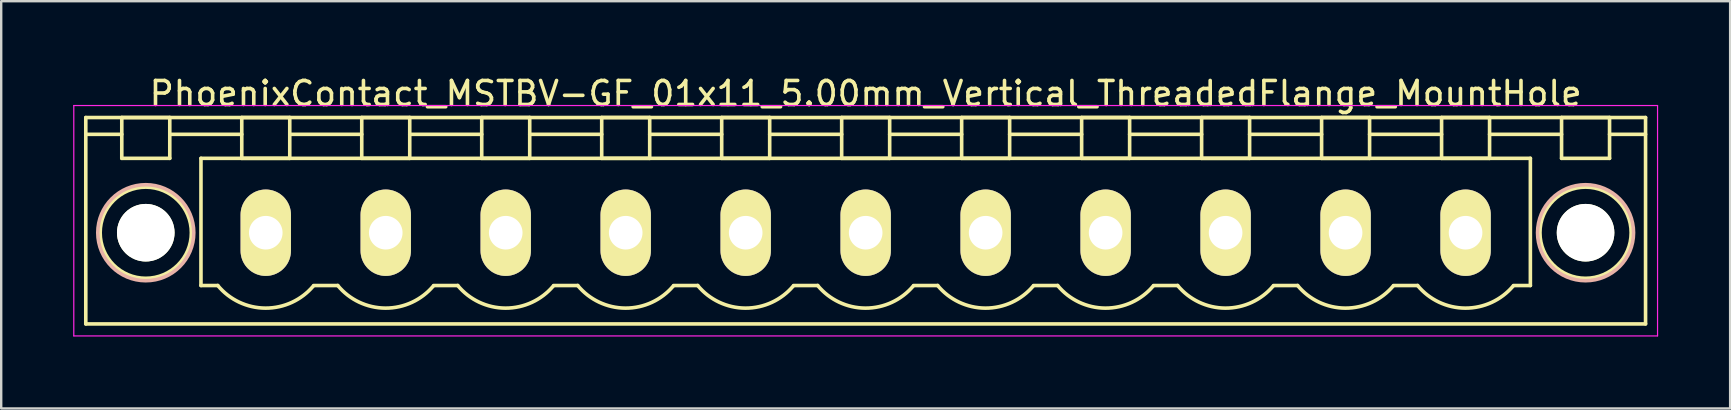
<source format=kicad_pcb>
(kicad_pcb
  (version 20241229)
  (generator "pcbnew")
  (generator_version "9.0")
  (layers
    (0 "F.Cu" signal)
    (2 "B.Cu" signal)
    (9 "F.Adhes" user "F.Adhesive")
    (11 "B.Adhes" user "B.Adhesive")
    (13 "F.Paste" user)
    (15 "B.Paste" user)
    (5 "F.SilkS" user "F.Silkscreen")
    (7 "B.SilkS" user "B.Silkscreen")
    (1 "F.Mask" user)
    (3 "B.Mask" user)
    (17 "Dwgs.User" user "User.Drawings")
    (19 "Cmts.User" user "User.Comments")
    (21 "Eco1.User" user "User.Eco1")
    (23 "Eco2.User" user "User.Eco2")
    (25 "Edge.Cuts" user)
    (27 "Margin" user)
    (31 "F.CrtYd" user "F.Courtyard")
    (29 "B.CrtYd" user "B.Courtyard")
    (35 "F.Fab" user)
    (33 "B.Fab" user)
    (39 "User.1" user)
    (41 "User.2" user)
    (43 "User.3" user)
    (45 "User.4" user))
  (footprint "PhoenixContact_MSTBV-GF_01x11_5.00mm_Vertical_ThreadedFlange_MountHole"
    (layer "F.Cu")
    (at 8.025 6.648)
    (property "Reference" "PhoenixContact_MSTBV-GF_01x11_5.00mm_Vertical_ThreadedFlange_MountHole" (at 25 -5.8 0) (layer "F.SilkS") (effects (font (size 1 1) (thickness 0.15))))
    (attr through_hole)
    (fp_line (start -7.5 -4.8) (end -7.5 3.8) (stroke (width 0.15) (type solid)) (layer "F.SilkS"))
    (fp_line (start -7.5 -4.1) (end -6 -4.1) (stroke (width 0.15) (type solid)) (layer "F.SilkS"))
    (fp_line (start -7.5 3.8) (end 57.5 3.8) (stroke (width 0.15) (type solid)) (layer "F.SilkS"))
    (fp_line (start -6 -4.8) (end -4 -4.8) (stroke (width 0.15) (type solid)) (layer "F.SilkS"))
    (fp_line (start -6 -3.1) (end -6 -4.8) (stroke (width 0.15) (type solid)) (layer "F.SilkS"))
    (fp_line (start -4 -4.8) (end -4 -3.1) (stroke (width 0.15) (type solid)) (layer "F.SilkS"))
    (fp_line (start -4 -4.1) (end -1 -4.1) (stroke (width 0.15) (type solid)) (layer "F.SilkS"))
    (fp_line (start -4 -3.1) (end -6 -3.1) (stroke (width 0.15) (type solid)) (layer "F.SilkS"))
    (fp_line (start -2.7 -3.1) (end 52.7 -3.1) (stroke (width 0.15) (type solid)) (layer "F.SilkS"))
    (fp_line (start -2.7 2.2) (end -2.7 -3.1) (stroke (width 0.15) (type solid)) (layer "F.SilkS"))
    (fp_line (start -2 2.2) (end -2.7 2.2) (stroke (width 0.15) (type solid)) (layer "F.SilkS"))
    (fp_line (start -1 -4.8) (end 1 -4.8) (stroke (width 0.15) (type solid)) (layer "F.SilkS"))
    (fp_line (start -1 -3.1) (end -1 -4.8) (stroke (width 0.15) (type solid)) (layer "F.SilkS"))
    (fp_line (start 1 -4.8) (end 1 -3.1) (stroke (width 0.15) (type solid)) (layer "F.SilkS"))
    (fp_line (start 1 -4.1) (end 4 -4.1) (stroke (width 0.15) (type solid)) (layer "F.SilkS"))
    (fp_line (start 1 -3.1) (end -1 -3.1) (stroke (width 0.15) (type solid)) (layer "F.SilkS"))
    (fp_line (start 2 2.2) (end 3 2.2) (stroke (width 0.15) (type solid)) (layer "F.SilkS"))
    (fp_line (start 4 -4.8) (end 6 -4.8) (stroke (width 0.15) (type solid)) (layer "F.SilkS"))
    (fp_line (start 4 -3.1) (end 4 -4.8) (stroke (width 0.15) (type solid)) (layer "F.SilkS"))
    (fp_line (start 6 -4.8) (end 6 -3.1) (stroke (width 0.15) (type solid)) (layer "F.SilkS"))
    (fp_line (start 6 -4.1) (end 9 -4.1) (stroke (width 0.15) (type solid)) (layer "F.SilkS"))
    (fp_line (start 6 -3.1) (end 4 -3.1) (stroke (width 0.15) (type solid)) (layer "F.SilkS"))
    (fp_line (start 7 2.2) (end 8 2.2) (stroke (width 0.15) (type solid)) (layer "F.SilkS"))
    (fp_line (start 9 -4.8) (end 11 -4.8) (stroke (width 0.15) (type solid)) (layer "F.SilkS"))
    (fp_line (start 9 -3.1) (end 9 -4.8) (stroke (width 0.15) (type solid)) (layer "F.SilkS"))
    (fp_line (start 11 -4.8) (end 11 -3.1) (stroke (width 0.15) (type solid)) (layer "F.SilkS"))
    (fp_line (start 11 -4.1) (end 14 -4.1) (stroke (width 0.15) (type solid)) (layer "F.SilkS"))
    (fp_line (start 11 -3.1) (end 9 -3.1) (stroke (width 0.15) (type solid)) (layer "F.SilkS"))
    (fp_line (start 12 2.2) (end 13 2.2) (stroke (width 0.15) (type solid)) (layer "F.SilkS"))
    (fp_line (start 14 -4.8) (end 16 -4.8) (stroke (width 0.15) (type solid)) (layer "F.SilkS"))
    (fp_line (start 14 -3.1) (end 14 -4.8) (stroke (width 0.15) (type solid)) (layer "F.SilkS"))
    (fp_line (start 16 -4.8) (end 16 -3.1) (stroke (width 0.15) (type solid)) (layer "F.SilkS"))
    (fp_line (start 16 -4.1) (end 19 -4.1) (stroke (width 0.15) (type solid)) (layer "F.SilkS"))
    (fp_line (start 16 -3.1) (end 14 -3.1) (stroke (width 0.15) (type solid)) (layer "F.SilkS"))
    (fp_line (start 17 2.2) (end 18 2.2) (stroke (width 0.15) (type solid)) (layer "F.SilkS"))
    (fp_line (start 19 -4.8) (end 21 -4.8) (stroke (width 0.15) (type solid)) (layer "F.SilkS"))
    (fp_line (start 19 -3.1) (end 19 -4.8) (stroke (width 0.15) (type solid)) (layer "F.SilkS"))
    (fp_line (start 21 -4.8) (end 21 -3.1) (stroke (width 0.15) (type solid)) (layer "F.SilkS"))
    (fp_line (start 21 -4.1) (end 24 -4.1) (stroke (width 0.15) (type solid)) (layer "F.SilkS"))
    (fp_line (start 21 -3.1) (end 19 -3.1) (stroke (width 0.15) (type solid)) (layer "F.SilkS"))
    (fp_line (start 22 2.2) (end 23 2.2) (stroke (width 0.15) (type solid)) (layer "F.SilkS"))
    (fp_line (start 24 -4.8) (end 26 -4.8) (stroke (width 0.15) (type solid)) (layer "F.SilkS"))
    (fp_line (start 24 -3.1) (end 24 -4.8) (stroke (width 0.15) (type solid)) (layer "F.SilkS"))
    (fp_line (start 26 -4.8) (end 26 -3.1) (stroke (width 0.15) (type solid)) (layer "F.SilkS"))
    (fp_line (start 26 -4.1) (end 29 -4.1) (stroke (width 0.15) (type solid)) (layer "F.SilkS"))
    (fp_line (start 26 -3.1) (end 24 -3.1) (stroke (width 0.15) (type solid)) (layer "F.SilkS"))
    (fp_line (start 27 2.2) (end 28 2.2) (stroke (width 0.15) (type solid)) (layer "F.SilkS"))
    (fp_line (start 29 -4.8) (end 31 -4.8) (stroke (width 0.15) (type solid)) (layer "F.SilkS"))
    (fp_line (start 29 -3.1) (end 29 -4.8) (stroke (width 0.15) (type solid)) (layer "F.SilkS"))
    (fp_line (start 31 -4.8) (end 31 -3.1) (stroke (width 0.15) (type solid)) (layer "F.SilkS"))
    (fp_line (start 31 -4.1) (end 34 -4.1) (stroke (width 0.15) (type solid)) (layer "F.SilkS"))
    (fp_line (start 31 -3.1) (end 29 -3.1) (stroke (width 0.15) (type solid)) (layer "F.SilkS"))
    (fp_line (start 32 2.2) (end 33 2.2) (stroke (width 0.15) (type solid)) (layer "F.SilkS"))
    (fp_line (start 34 -4.8) (end 36 -4.8) (stroke (width 0.15) (type solid)) (layer "F.SilkS"))
    (fp_line (start 34 -3.1) (end 34 -4.8) (stroke (width 0.15) (type solid)) (layer "F.SilkS"))
    (fp_line (start 36 -4.8) (end 36 -3.1) (stroke (width 0.15) (type solid)) (layer "F.SilkS"))
    (fp_line (start 36 -4.1) (end 39 -4.1) (stroke (width 0.15) (type solid)) (layer "F.SilkS"))
    (fp_line (start 36 -3.1) (end 34 -3.1) (stroke (width 0.15) (type solid)) (layer "F.SilkS"))
    (fp_line (start 37 2.2) (end 38 2.2) (stroke (width 0.15) (type solid)) (layer "F.SilkS"))
    (fp_line (start 39 -4.8) (end 41 -4.8) (stroke (width 0.15) (type solid)) (layer "F.SilkS"))
    (fp_line (start 39 -3.1) (end 39 -4.8) (stroke (width 0.15) (type solid)) (layer "F.SilkS"))
    (fp_line (start 41 -4.8) (end 41 -3.1) (stroke (width 0.15) (type solid)) (layer "F.SilkS"))
    (fp_line (start 41 -4.1) (end 44 -4.1) (stroke (width 0.15) (type solid)) (layer "F.SilkS"))
    (fp_line (start 41 -3.1) (end 39 -3.1) (stroke (width 0.15) (type solid)) (layer "F.SilkS"))
    (fp_line (start 42 2.2) (end 43 2.2) (stroke (width 0.15) (type solid)) (layer "F.SilkS"))
    (fp_line (start 44 -4.8) (end 46 -4.8) (stroke (width 0.15) (type solid)) (layer "F.SilkS"))
    (fp_line (start 44 -3.1) (end 44 -4.8) (stroke (width 0.15) (type solid)) (layer "F.SilkS"))
    (fp_line (start 46 -4.8) (end 46 -3.1) (stroke (width 0.15) (type solid)) (layer "F.SilkS"))
    (fp_line (start 46 -4.1) (end 49 -4.1) (stroke (width 0.15) (type solid)) (layer "F.SilkS"))
    (fp_line (start 46 -3.1) (end 44 -3.1) (stroke (width 0.15) (type solid)) (layer "F.SilkS"))
    (fp_line (start 47 2.2) (end 48 2.2) (stroke (width 0.15) (type solid)) (layer "F.SilkS"))
    (fp_line (start 49 -4.8) (end 51 -4.8) (stroke (width 0.15) (type solid)) (layer "F.SilkS"))
    (fp_line (start 49 -3.1) (end 49 -4.8) (stroke (width 0.15) (type solid)) (layer "F.SilkS"))
    (fp_line (start 51 -4.8) (end 51 -3.1) (stroke (width 0.15) (type solid)) (layer "F.SilkS"))
    (fp_line (start 51 -4.1) (end 54 -4.1) (stroke (width 0.15) (type solid)) (layer "F.SilkS"))
    (fp_line (start 51 -3.1) (end 49 -3.1) (stroke (width 0.15) (type solid)) (layer "F.SilkS"))
    (fp_line (start 52.7 -3.1) (end 52.7 2.2) (stroke (width 0.15) (type solid)) (layer "F.SilkS"))
    (fp_line (start 52.7 2.2) (end 52 2.2) (stroke (width 0.15) (type solid)) (layer "F.SilkS"))
    (fp_line (start 54 -4.8) (end 56 -4.8) (stroke (width 0.15) (type solid)) (layer "F.SilkS"))
    (fp_line (start 54 -3.1) (end 54 -4.8) (stroke (width 0.15) (type solid)) (layer "F.SilkS"))
    (fp_line (start 56 -4.8) (end 56 -3.1) (stroke (width 0.15) (type solid)) (layer "F.SilkS"))
    (fp_line (start 56 -3.1) (end 54 -3.1) (stroke (width 0.15) (type solid)) (layer "F.SilkS"))
    (fp_line (start 57.5 -4.8) (end -7.5 -4.8) (stroke (width 0.15) (type solid)) (layer "F.SilkS"))
    (fp_line (start 57.5 -4.1) (end 56 -4.1) (stroke (width 0.15) (type solid)) (layer "F.SilkS"))
    (fp_line (start 57.5 3.8) (end 57.5 -4.8) (stroke (width 0.15) (type solid)) (layer "F.SilkS"))
    (fp_arc (start 1.986842 2.215821) (mid -0.010289 3.142758) (end -2 2.2) (stroke (width 0.15) (type solid)) (layer "F.SilkS"))
    (fp_arc (start 6.986842 2.215821) (mid 4.989711 3.142758) (end 3 2.2) (stroke (width 0.15) (type solid)) (layer "F.SilkS"))
    (fp_arc (start 11.986842 2.215821) (mid 9.989711 3.142758) (end 8 2.2) (stroke (width 0.15) (type solid)) (layer "F.SilkS"))
    (fp_arc (start 16.986842 2.215821) (mid 14.989711 3.142758) (end 13 2.2) (stroke (width 0.15) (type solid)) (layer "F.SilkS"))
    (fp_arc (start 21.986842 2.215821) (mid 19.989711 3.142758) (end 18 2.2) (stroke (width 0.15) (type solid)) (layer "F.SilkS"))
    (fp_arc (start 26.986842 2.215821) (mid 24.989711 3.142758) (end 23 2.2) (stroke (width 0.15) (type solid)) (layer "F.SilkS"))
    (fp_arc (start 31.986842 2.215821) (mid 29.989711 3.142758) (end 28 2.2) (stroke (width 0.15) (type solid)) (layer "F.SilkS"))
    (fp_arc (start 36.986842 2.215821) (mid 34.989711 3.142758) (end 33 2.2) (stroke (width 0.15) (type solid)) (layer "F.SilkS"))
    (fp_arc (start 41.986842 2.215821) (mid 39.989711 3.142758) (end 38 2.2) (stroke (width 0.15) (type solid)) (layer "F.SilkS"))
    (fp_arc (start 46.986842 2.215821) (mid 44.989711 3.142758) (end 43 2.2) (stroke (width 0.15) (type solid)) (layer "F.SilkS"))
    (fp_arc (start 51.986842 2.215821) (mid 49.989711 3.142758) (end 48 2.2) (stroke (width 0.15) (type solid)) (layer "F.SilkS"))
    (fp_circle (center -5 0) (end -4 0) (stroke (width 0.15) (type solid)) (fill no) (layer "F.SilkS"))
    (fp_circle (center -5 0) (end -3.1 0) (stroke (width 0.15) (type solid)) (fill no) (layer "F.SilkS"))
    (fp_circle (center 55 0) (end 56 0) (stroke (width 0.15) (type solid)) (fill no) (layer "F.SilkS"))
    (fp_circle (center 55 0) (end 56.9 0) (stroke (width 0.15) (type solid)) (fill no) (layer "F.SilkS"))
    (fp_circle (center -5 0) (end -3 0) (stroke (width 0.15) (type solid)) (fill no) (layer "B.SilkS"))
    (fp_circle (center 55 0) (end 57 0) (stroke (width 0.15) (type solid)) (fill no) (layer "B.SilkS"))
    (fp_line (start -8 -5.3) (end -8 4.3) (stroke (width 0.05) (type solid)) (layer "F.CrtYd"))
    (fp_line (start -8 4.3) (end 58 4.3) (stroke (width 0.05) (type solid)) (layer "F.CrtYd"))
    (fp_line (start 58 -5.3) (end -8 -5.3) (stroke (width 0.05) (type solid)) (layer "F.CrtYd"))
    (fp_line (start 58 4.3) (end 58 -5.3) (stroke (width 0.05) (type solid)) (layer "F.CrtYd"))
    (pad "" np_thru_hole circle (at -5 0) (size 2.4 2.4) (drill 2.4) (layers "*.Cu" "*.Mask" "F.SilkS"))
    (pad "" np_thru_hole circle (at 55 0) (size 2.4 2.4) (drill 2.4) (layers "*.Cu" "*.Mask" "F.SilkS"))
    (pad "1" thru_hole oval (at 0 0) (size 2.1 3.6) (drill 1.4) (layers "*.Cu" "*.Mask" "F.SilkS"))
    (pad "2" thru_hole oval (at 5 0) (size 2.1 3.6) (drill 1.4) (layers "*.Cu" "*.Mask" "F.SilkS"))
    (pad "3" thru_hole oval (at 10 0) (size 2.1 3.6) (drill 1.4) (layers "*.Cu" "*.Mask" "F.SilkS"))
    (pad "4" thru_hole oval (at 15 0) (size 2.1 3.6) (drill 1.4) (layers "*.Cu" "*.Mask" "F.SilkS"))
    (pad "5" thru_hole oval (at 20 0) (size 2.1 3.6) (drill 1.4) (layers "*.Cu" "*.Mask" "F.SilkS"))
    (pad "6" thru_hole oval (at 25 0) (size 2.1 3.6) (drill 1.4) (layers "*.Cu" "*.Mask" "F.SilkS"))
    (pad "7" thru_hole oval (at 30 0) (size 2.1 3.6) (drill 1.4) (layers "*.Cu" "*.Mask" "F.SilkS"))
    (pad "8" thru_hole oval (at 35 0) (size 2.1 3.6) (drill 1.4) (layers "*.Cu" "*.Mask" "F.SilkS"))
    (pad "9" thru_hole oval (at 40 0) (size 2.1 3.6) (drill 1.4) (layers "*.Cu" "*.Mask" "F.SilkS"))
    (pad "10" thru_hole oval (at 45 0) (size 2.1 3.6) (drill 1.4) (layers "*.Cu" "*.Mask" "F.SilkS"))
    (pad "11" thru_hole oval (at 50 0) (size 2.1 3.6) (drill 1.4) (layers "*.Cu" "*.Mask" "F.SilkS")))
  (gr_rect
    (start -3 -3)
    (end 69.05 13.973)
    (stroke (width 0.1) (type default))
    (fill no)
    (layer "Edge.Cuts")))
</source>
